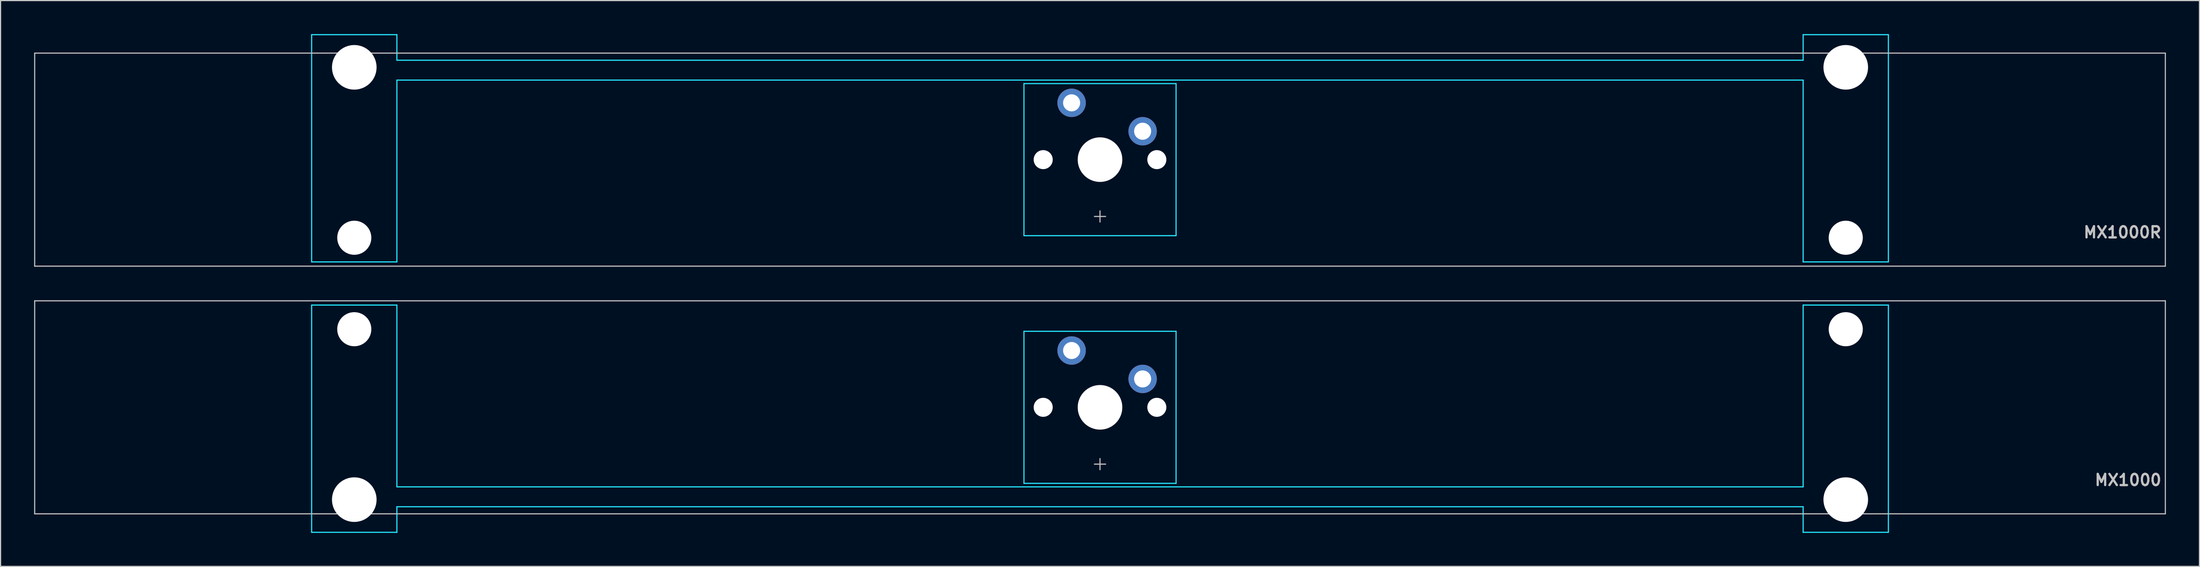
<source format=kicad_pcb>
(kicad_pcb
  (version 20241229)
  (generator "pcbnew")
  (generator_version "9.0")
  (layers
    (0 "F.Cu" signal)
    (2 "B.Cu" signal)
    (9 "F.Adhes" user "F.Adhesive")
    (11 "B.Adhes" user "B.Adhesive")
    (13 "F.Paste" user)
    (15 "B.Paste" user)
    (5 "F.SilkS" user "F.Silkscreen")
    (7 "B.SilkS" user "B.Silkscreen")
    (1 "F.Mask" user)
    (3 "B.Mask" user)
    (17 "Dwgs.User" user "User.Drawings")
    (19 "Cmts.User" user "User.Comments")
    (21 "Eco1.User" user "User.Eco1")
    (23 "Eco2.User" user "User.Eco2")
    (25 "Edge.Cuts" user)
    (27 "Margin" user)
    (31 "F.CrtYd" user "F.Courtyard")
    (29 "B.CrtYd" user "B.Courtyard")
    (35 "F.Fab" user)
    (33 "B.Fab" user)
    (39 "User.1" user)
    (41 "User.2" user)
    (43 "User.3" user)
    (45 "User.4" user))
  (footprint "MX1000"
    (layer "F.Cu")
    (at 95.3 33.376)
    (property "Reference" "MX1000" (at 95 6.5 0) (unlocked yes) (layer "Dwgs.User") (effects (font (size 1 1) (thickness 0.2)) (justify right)))
    (attr smd)
    (fp_line (start -95.25 -9.525) (end -95.25 9.525) (stroke (width 0.1) (type solid)) (layer "Dwgs.User"))
    (fp_line (start -95.25 -9.525) (end 95.25 -9.525) (stroke (width 0.1) (type solid)) (layer "Dwgs.User"))
    (fp_line (start -95.25 9.525) (end 95.25 9.525) (stroke (width 0.1) (type solid)) (layer "Dwgs.User"))
    (fp_line (start -0.5 5.08) (end 0.5 5.08) (stroke (width 0.1) (type solid)) (layer "Dwgs.User"))
    (fp_line (start 0 5.58) (end 0 4.58) (stroke (width 0.1) (type solid)) (layer "Dwgs.User"))
    (fp_line (start 95.25 -9.525) (end 95.25 9.525) (stroke (width 0.1) (type solid)) (layer "Dwgs.User"))
    (fp_line (start -70.175 -5.485) (end -70.175 8.515) (stroke (width 0.1) (type solid)) (layer "Eco1.User"))
    (fp_line (start -69.675 -5.985) (end -63.675 -5.985) (stroke (width 0.1) (type solid)) (layer "Eco1.User"))
    (fp_line (start -63.675 9.015) (end -69.675 9.015) (stroke (width 0.1) (type solid)) (layer "Eco1.User"))
    (fp_line (start -63.175 8.515) (end -63.175 -5.485) (stroke (width 0.1) (type solid)) (layer "Eco1.User"))
    (fp_line (start -7 -6.5) (end -7 6.5) (stroke (width 0.1) (type solid)) (layer "Eco1.User"))
    (fp_line (start -6.5 7) (end 6.5 7) (stroke (width 0.1) (type solid)) (layer "Eco1.User"))
    (fp_line (start 6.5 -7) (end -6.5 -7) (stroke (width 0.1) (type solid)) (layer "Eco1.User"))
    (fp_line (start 7 6.5) (end 7 -6.5) (stroke (width 0.1) (type solid)) (layer "Eco1.User"))
    (fp_line (start 63.175 -5.485) (end 63.175 8.515) (stroke (width 0.1) (type solid)) (layer "Eco1.User"))
    (fp_line (start 63.675 -5.985) (end 69.675 -5.985) (stroke (width 0.1) (type solid)) (layer "Eco1.User"))
    (fp_line (start 69.675 9.015) (end 63.675 9.015) (stroke (width 0.1) (type solid)) (layer "Eco1.User"))
    (fp_line (start 70.175 8.515) (end 70.175 -5.485) (stroke (width 0.1) (type solid)) (layer "Eco1.User"))
    (fp_arc (start -70.175 -5.485) (mid -70.028553 -5.838553) (end -69.675 -5.985) (stroke (width 0.1) (type solid)) (layer "Eco1.User"))
    (fp_arc (start -69.675 9.015) (mid -70.028553 8.868553) (end -70.175 8.515) (stroke (width 0.1) (type solid)) (layer "Eco1.User"))
    (fp_arc (start -63.675 -5.985) (mid -63.321447 -5.838553) (end -63.175 -5.485) (stroke (width 0.1) (type solid)) (layer "Eco1.User"))
    (fp_arc (start -63.175 8.515) (mid -63.321447 8.868553) (end -63.675 9.015) (stroke (width 0.1) (type solid)) (layer "Eco1.User"))
    (fp_arc (start -7 -6.5) (mid -6.853553 -6.853553) (end -6.5 -7) (stroke (width 0.1) (type solid)) (layer "Eco1.User"))
    (fp_arc (start -6.5 7) (mid -6.853553 6.853553) (end -7 6.5) (stroke (width 0.1) (type solid)) (layer "Eco1.User"))
    (fp_arc (start 6.5 -7) (mid 6.853553 -6.853553) (end 7 -6.5) (stroke (width 0.1) (type solid)) (layer "Eco1.User"))
    (fp_arc (start 7 6.5) (mid 6.853553 6.853553) (end 6.5 7) (stroke (width 0.1) (type solid)) (layer "Eco1.User"))
    (fp_arc (start 63.175 -5.485) (mid 63.321447 -5.838553) (end 63.675 -5.985) (stroke (width 0.1) (type solid)) (layer "Eco1.User"))
    (fp_arc (start 63.675 9.015) (mid 63.321447 8.868553) (end 63.175 8.515) (stroke (width 0.1) (type solid)) (layer "Eco1.User"))
    (fp_arc (start 69.675 -5.985) (mid 70.028553 -5.838553) (end 70.175 -5.485) (stroke (width 0.1) (type solid)) (layer "Eco1.User"))
    (fp_arc (start 70.175 8.515) (mid 70.028553 8.868553) (end 69.675 9.015) (stroke (width 0.1) (type solid)) (layer "Eco1.User"))
    (fp_line (start -70.485 -9.144) (end -70.485 11.176) (stroke (width 0.1) (type solid)) (layer "B.CrtYd"))
    (fp_line (start -70.485 -9.144) (end -62.865 -9.144) (stroke (width 0.1) (type solid)) (layer "B.CrtYd"))
    (fp_line (start -70.485 11.176) (end -62.865 11.176) (stroke (width 0.1) (type solid)) (layer "B.CrtYd"))
    (fp_line (start -62.865 7.112) (end -62.865 -9.144) (stroke (width 0.1) (type solid)) (layer "B.CrtYd"))
    (fp_line (start -62.865 7.112) (end 62.865 7.112) (stroke (width 0.1) (type solid)) (layer "B.CrtYd"))
    (fp_line (start -62.865 8.89) (end -62.865 11.176) (stroke (width 0.1) (type solid)) (layer "B.CrtYd"))
    (fp_line (start -62.865 8.89) (end 62.865 8.89) (stroke (width 0.1) (type solid)) (layer "B.CrtYd"))
    (fp_line (start -6.8 -6.8) (end -6.8 6.8) (stroke (width 0.1) (type solid)) (layer "B.CrtYd"))
    (fp_line (start -6.8 -6.8) (end 6.8 -6.8) (stroke (width 0.1) (type solid)) (layer "B.CrtYd"))
    (fp_line (start -6.8 6.8) (end 6.8 6.8) (stroke (width 0.1) (type solid)) (layer "B.CrtYd"))
    (fp_line (start 6.8 6.8) (end 6.8 -6.8) (stroke (width 0.1) (type solid)) (layer "B.CrtYd"))
    (fp_line (start 62.865 -9.144) (end 70.485 -9.144) (stroke (width 0.1) (type solid)) (layer "B.CrtYd"))
    (fp_line (start 62.865 7.112) (end 62.865 -9.144) (stroke (width 0.1) (type solid)) (layer "B.CrtYd"))
    (fp_line (start 62.865 8.89) (end 62.865 11.176) (stroke (width 0.1) (type solid)) (layer "B.CrtYd"))
    (fp_line (start 62.865 11.176) (end 70.485 11.176) (stroke (width 0.1) (type solid)) (layer "B.CrtYd"))
    (fp_line (start 70.485 -9.144) (end 70.485 11.176) (stroke (width 0.1) (type solid)) (layer "B.CrtYd"))
    (pad "" np_thru_hole circle (at -66.675 -6.985 180) (size 3.048 3.048) (drill 3.048) (layers "*.Cu" "*.Mask"))
    (pad "" np_thru_hole circle (at -66.675 8.255 180) (size 3.988 3.988) (drill 3.988) (layers "*.Cu" "*.Mask"))
    (pad "" np_thru_hole circle (at -5.08 0) (size 1.702 1.702) (drill 1.702) (layers "*.Cu" "*.Mask"))
    (pad "" connect circle (at -2.54 -5.08) (size 1.524 1.524) (layers "B.Mask"))
    (pad "" np_thru_hole circle (at 0 0) (size 3.988 3.988) (drill 3.988) (layers "*.Cu" "*.Mask"))
    (pad "" connect circle (at 3.81 -2.54) (size 1.524 1.524) (layers "B.Mask"))
    (pad "" np_thru_hole circle (at 5.08 0) (size 1.702 1.702) (drill 1.702) (layers "*.Cu" "*.Mask"))
    (pad "" np_thru_hole circle (at 66.675 -6.985 180) (size 3.048 3.048) (drill 3.048) (layers "*.Cu" "*.Mask"))
    (pad "" np_thru_hole circle (at 66.675 8.255 180) (size 3.988 3.988) (drill 3.988) (layers "*.Cu" "*.Mask"))
    (pad "1" thru_hole circle (at -2.54 -5.08) (size 2.54 2.54) (drill 1.524) (layers "*.Cu" "F.Mask"))
    (pad "2" thru_hole circle (at 3.81 -2.54) (size 2.54 2.54) (drill 1.524) (layers "*.Cu" "F.Mask")))
  (footprint "MX1000R"
    (layer "F.Cu")
    (at 95.3 11.226)
    (property "Reference" "MX1000R" (at 95 6.5 0) (unlocked yes) (layer "Dwgs.User") (effects (font (size 1 1) (thickness 0.2)) (justify right)))
    (attr smd)
    (fp_line (start -95.25 -9.525) (end -95.25 9.525) (stroke (width 0.1) (type solid)) (layer "Dwgs.User"))
    (fp_line (start -95.25 -9.525) (end 95.25 -9.525) (stroke (width 0.1) (type solid)) (layer "Dwgs.User"))
    (fp_line (start -95.25 9.525) (end 95.25 9.525) (stroke (width 0.1) (type solid)) (layer "Dwgs.User"))
    (fp_line (start -0.5 5.08) (end 0.5 5.08) (stroke (width 0.1) (type solid)) (layer "Dwgs.User"))
    (fp_line (start 0 5.58) (end 0 4.58) (stroke (width 0.1) (type solid)) (layer "Dwgs.User"))
    (fp_line (start 95.25 -9.525) (end 95.25 9.525) (stroke (width 0.1) (type solid)) (layer "Dwgs.User"))
    (fp_line (start -70.175 -8.515) (end -70.175 5.485) (stroke (width 0.1) (type solid)) (layer "Eco1.User"))
    (fp_line (start -69.675 -9.015) (end -63.675 -9.015) (stroke (width 0.1) (type solid)) (layer "Eco1.User"))
    (fp_line (start -63.675 5.985) (end -69.675 5.985) (stroke (width 0.1) (type solid)) (layer "Eco1.User"))
    (fp_line (start -63.175 5.485) (end -63.175 -8.515) (stroke (width 0.1) (type solid)) (layer "Eco1.User"))
    (fp_line (start -7 -6.5) (end -7 6.5) (stroke (width 0.1) (type solid)) (layer "Eco1.User"))
    (fp_line (start -6.5 7) (end 6.5 7) (stroke (width 0.1) (type solid)) (layer "Eco1.User"))
    (fp_line (start 6.5 -7) (end -6.5 -7) (stroke (width 0.1) (type solid)) (layer "Eco1.User"))
    (fp_line (start 7 6.5) (end 7 -6.5) (stroke (width 0.1) (type solid)) (layer "Eco1.User"))
    (fp_line (start 63.175 -8.515) (end 63.175 5.485) (stroke (width 0.1) (type solid)) (layer "Eco1.User"))
    (fp_line (start 63.675 -9.015) (end 69.675 -9.015) (stroke (width 0.1) (type solid)) (layer "Eco1.User"))
    (fp_line (start 69.675 5.985) (end 63.675 5.985) (stroke (width 0.1) (type solid)) (layer "Eco1.User"))
    (fp_line (start 70.175 5.485) (end 70.175 -8.515) (stroke (width 0.1) (type solid)) (layer "Eco1.User"))
    (fp_arc (start -70.175 -8.515) (mid -70.028553 -8.868553) (end -69.675 -9.015) (stroke (width 0.1) (type solid)) (layer "Eco1.User"))
    (fp_arc (start -69.675 5.985) (mid -70.028553 5.838553) (end -70.175 5.485) (stroke (width 0.1) (type solid)) (layer "Eco1.User"))
    (fp_arc (start -63.675 -9.015) (mid -63.321447 -8.868553) (end -63.175 -8.515) (stroke (width 0.1) (type solid)) (layer "Eco1.User"))
    (fp_arc (start -63.175 5.485) (mid -63.321447 5.838553) (end -63.675 5.985) (stroke (width 0.1) (type solid)) (layer "Eco1.User"))
    (fp_arc (start -7 -6.5) (mid -6.853553 -6.853553) (end -6.5 -7) (stroke (width 0.1) (type solid)) (layer "Eco1.User"))
    (fp_arc (start -6.5 7) (mid -6.853553 6.853553) (end -7 6.5) (stroke (width 0.1) (type solid)) (layer "Eco1.User"))
    (fp_arc (start 6.5 -7) (mid 6.853553 -6.853553) (end 7 -6.5) (stroke (width 0.1) (type solid)) (layer "Eco1.User"))
    (fp_arc (start 7 6.5) (mid 6.853553 6.853553) (end 6.5 7) (stroke (width 0.1) (type solid)) (layer "Eco1.User"))
    (fp_arc (start 63.175 -8.515) (mid 63.321447 -8.868553) (end 63.675 -9.015) (stroke (width 0.1) (type solid)) (layer "Eco1.User"))
    (fp_arc (start 63.675 5.985) (mid 63.321447 5.838553) (end 63.175 5.485) (stroke (width 0.1) (type solid)) (layer "Eco1.User"))
    (fp_arc (start 69.675 -9.015) (mid 70.028553 -8.868553) (end 70.175 -8.515) (stroke (width 0.1) (type solid)) (layer "Eco1.User"))
    (fp_arc (start 70.175 5.485) (mid 70.028553 5.838553) (end 69.675 5.985) (stroke (width 0.1) (type solid)) (layer "Eco1.User"))
    (fp_line (start -70.485 9.144) (end -70.485 -11.176) (stroke (width 0.1) (type solid)) (layer "B.CrtYd"))
    (fp_line (start -62.865 -11.176) (end -70.485 -11.176) (stroke (width 0.1) (type solid)) (layer "B.CrtYd"))
    (fp_line (start -62.865 -8.89) (end -62.865 -11.176) (stroke (width 0.1) (type solid)) (layer "B.CrtYd"))
    (fp_line (start -62.865 -7.112) (end -62.865 9.144) (stroke (width 0.1) (type solid)) (layer "B.CrtYd"))
    (fp_line (start -62.865 9.144) (end -70.485 9.144) (stroke (width 0.1) (type solid)) (layer "B.CrtYd"))
    (fp_line (start -6.8 -6.8) (end -6.8 6.8) (stroke (width 0.1) (type solid)) (layer "B.CrtYd"))
    (fp_line (start -6.8 -6.8) (end 6.8 -6.8) (stroke (width 0.1) (type solid)) (layer "B.CrtYd"))
    (fp_line (start -6.8 6.8) (end 6.8 6.8) (stroke (width 0.1) (type solid)) (layer "B.CrtYd"))
    (fp_line (start 6.8 6.8) (end 6.8 -6.8) (stroke (width 0.1) (type solid)) (layer "B.CrtYd"))
    (fp_line (start 62.865 -8.89) (end -62.865 -8.89) (stroke (width 0.1) (type solid)) (layer "B.CrtYd"))
    (fp_line (start 62.865 -8.89) (end 62.865 -11.176) (stroke (width 0.1) (type solid)) (layer "B.CrtYd"))
    (fp_line (start 62.865 -7.112) (end -62.865 -7.112) (stroke (width 0.1) (type solid)) (layer "B.CrtYd"))
    (fp_line (start 62.865 -7.112) (end 62.865 9.144) (stroke (width 0.1) (type solid)) (layer "B.CrtYd"))
    (fp_line (start 70.485 -11.176) (end 62.865 -11.176) (stroke (width 0.1) (type solid)) (layer "B.CrtYd"))
    (fp_line (start 70.485 9.144) (end 62.865 9.144) (stroke (width 0.1) (type solid)) (layer "B.CrtYd"))
    (fp_line (start 70.485 9.144) (end 70.485 -11.176) (stroke (width 0.1) (type solid)) (layer "B.CrtYd"))
    (pad "" np_thru_hole circle (at -66.675 -8.255) (size 3.988 3.988) (drill 3.988) (layers "*.Cu" "*.Mask"))
    (pad "" np_thru_hole circle (at -66.675 6.985) (size 3.048 3.048) (drill 3.048) (layers "*.Cu" "*.Mask"))
    (pad "" np_thru_hole circle (at -5.08 0) (size 1.702 1.702) (drill 1.702) (layers "*.Cu" "*.Mask"))
    (pad "" connect circle (at -2.54 -5.08) (size 1.524 1.524) (layers "B.Mask"))
    (pad "" np_thru_hole circle (at 0 0 180) (size 3.988 3.988) (drill 3.988) (layers "*.Cu" "*.Mask"))
    (pad "" connect circle (at 3.81 -2.54) (size 1.524 1.524) (layers "B.Mask"))
    (pad "" np_thru_hole circle (at 5.08 0) (size 1.702 1.702) (drill 1.702) (layers "*.Cu" "*.Mask"))
    (pad "" np_thru_hole circle (at 66.675 -8.255) (size 3.988 3.988) (drill 3.988) (layers "*.Cu" "*.Mask"))
    (pad "" np_thru_hole circle (at 66.675 6.985) (size 3.048 3.048) (drill 3.048) (layers "*.Cu" "*.Mask"))
    (pad "1" thru_hole circle (at -2.54 -5.08) (size 2.54 2.54) (drill 1.524) (layers "*.Cu" "F.Mask"))
    (pad "2" thru_hole circle (at 3.81 -2.54) (size 2.54 2.54) (drill 1.524) (layers "*.Cu" "F.Mask")))
  (gr_rect
    (start -3 -3)
    (end 193.6 47.602)
    (stroke (width 0.1) (type default))
    (fill no)
    (layer "Edge.Cuts")))
</source>
